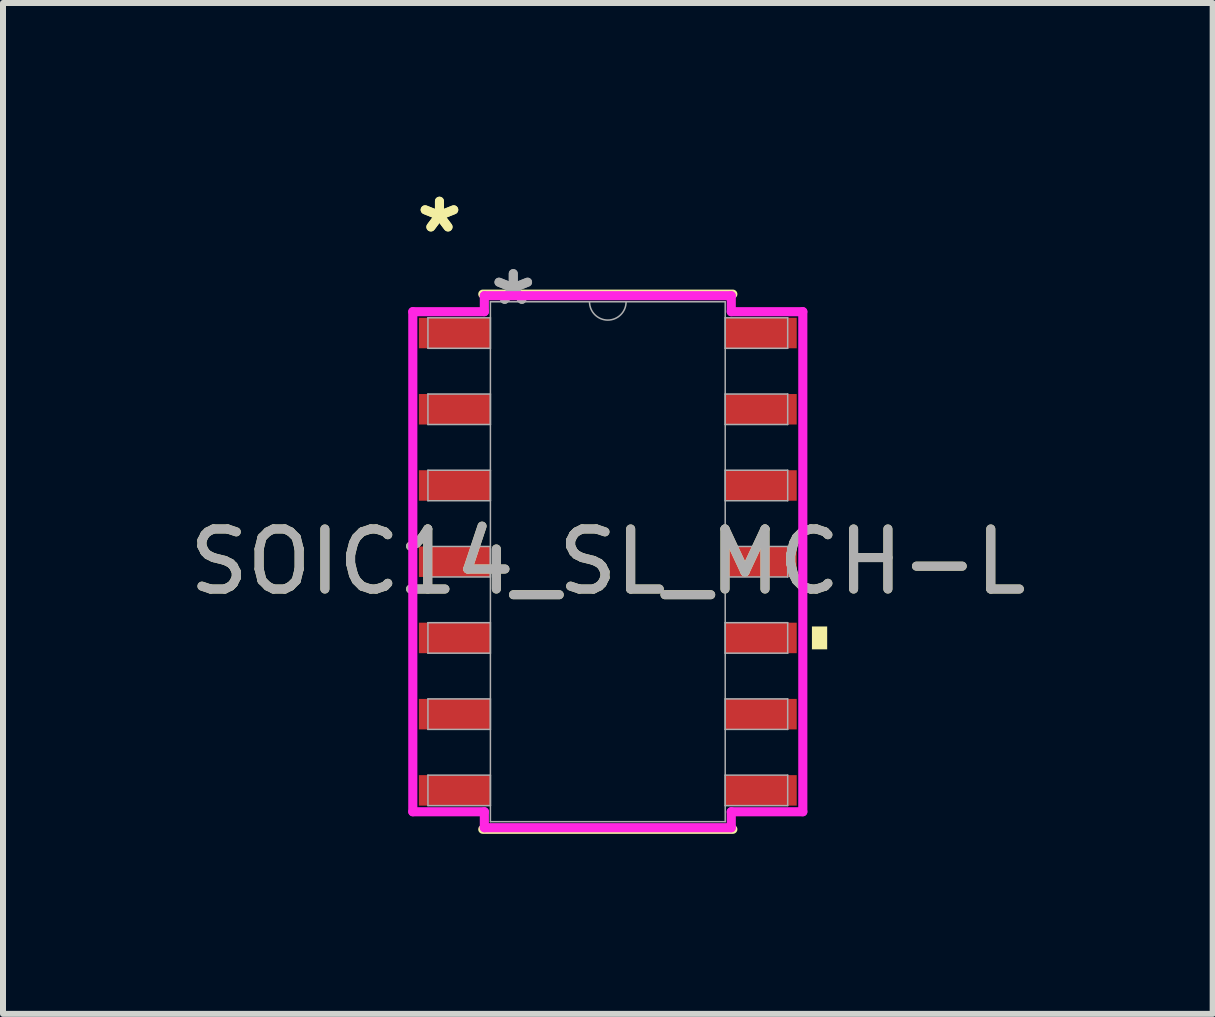
<source format=kicad_pcb>
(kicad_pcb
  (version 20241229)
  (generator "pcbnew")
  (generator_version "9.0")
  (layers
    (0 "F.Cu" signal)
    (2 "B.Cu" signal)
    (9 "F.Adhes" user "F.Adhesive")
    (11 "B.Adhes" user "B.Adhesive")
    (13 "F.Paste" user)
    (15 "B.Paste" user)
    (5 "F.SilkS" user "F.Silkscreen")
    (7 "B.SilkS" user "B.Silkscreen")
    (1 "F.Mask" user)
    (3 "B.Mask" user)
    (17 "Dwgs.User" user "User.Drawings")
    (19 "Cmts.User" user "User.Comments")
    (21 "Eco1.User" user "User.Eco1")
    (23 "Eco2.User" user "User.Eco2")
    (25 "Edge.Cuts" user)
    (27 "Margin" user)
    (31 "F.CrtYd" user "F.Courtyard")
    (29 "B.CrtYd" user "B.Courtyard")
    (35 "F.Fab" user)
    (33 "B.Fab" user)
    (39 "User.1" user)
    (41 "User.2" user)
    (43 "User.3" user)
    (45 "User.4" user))
  (footprint "SOIC14_SL_MCH-L"
    (layer "F.Cu")
    (at 7.077 6.309)
    (property "Reference" "SOIC14_SL_MCH-L" (at 0 0 0) (unlocked yes) (layer "F.SilkS") (effects (font (size 1 1) (thickness 0.15))))
    (attr smd)
    (fp_line (start -2.083 4.458) (end 2.083 4.458) (stroke (width 0.152) (type solid)) (layer "F.SilkS"))
    (fp_line (start 2.083 -4.458) (end -2.083 -4.458) (stroke (width 0.152) (type solid)) (layer "F.SilkS"))
    (fp_poly (pts (xy 3.655 1.079) (xy 3.655 1.46) (xy 3.401 1.46) (xy 3.401 1.079)) (stroke (width 0) (type solid)) (fill yes) (layer "F.SilkS"))
    (fp_line (start -3.249 -4.166) (end -2.057 -4.166) (stroke (width 0.152) (type solid)) (layer "F.CrtYd"))
    (fp_line (start -3.249 4.166) (end -3.249 -4.166) (stroke (width 0.152) (type solid)) (layer "F.CrtYd"))
    (fp_line (start -3.249 4.166) (end -2.057 4.166) (stroke (width 0.152) (type solid)) (layer "F.CrtYd"))
    (fp_line (start -2.057 -4.432) (end 2.057 -4.432) (stroke (width 0.152) (type solid)) (layer "F.CrtYd"))
    (fp_line (start -2.057 -4.166) (end -2.057 -4.432) (stroke (width 0.152) (type solid)) (layer "F.CrtYd"))
    (fp_line (start -2.057 4.432) (end -2.057 4.166) (stroke (width 0.152) (type solid)) (layer "F.CrtYd"))
    (fp_line (start 2.057 -4.432) (end 2.057 -4.166) (stroke (width 0.152) (type solid)) (layer "F.CrtYd"))
    (fp_line (start 2.057 4.166) (end 2.057 4.432) (stroke (width 0.152) (type solid)) (layer "F.CrtYd"))
    (fp_line (start 2.057 4.432) (end -2.057 4.432) (stroke (width 0.152) (type solid)) (layer "F.CrtYd"))
    (fp_line (start 3.249 -4.166) (end 2.057 -4.166) (stroke (width 0.152) (type solid)) (layer "F.CrtYd"))
    (fp_line (start 3.249 -4.166) (end 3.249 4.166) (stroke (width 0.152) (type solid)) (layer "F.CrtYd"))
    (fp_line (start 3.249 4.166) (end 2.057 4.166) (stroke (width 0.152) (type solid)) (layer "F.CrtYd"))
    (fp_line (start -2.997 -4.064) (end -2.997 -3.556) (stroke (width 0.025) (type solid)) (layer "F.Fab"))
    (fp_line (start -2.997 -3.556) (end -1.956 -3.556) (stroke (width 0.025) (type solid)) (layer "F.Fab"))
    (fp_line (start -2.997 -2.794) (end -2.997 -2.286) (stroke (width 0.025) (type solid)) (layer "F.Fab"))
    (fp_line (start -2.997 -2.286) (end -1.956 -2.286) (stroke (width 0.025) (type solid)) (layer "F.Fab"))
    (fp_line (start -2.997 -1.524) (end -2.997 -1.016) (stroke (width 0.025) (type solid)) (layer "F.Fab"))
    (fp_line (start -2.997 -1.016) (end -1.956 -1.016) (stroke (width 0.025) (type solid)) (layer "F.Fab"))
    (fp_line (start -2.997 -0.254) (end -2.997 0.254) (stroke (width 0.025) (type solid)) (layer "F.Fab"))
    (fp_line (start -2.997 0.254) (end -1.956 0.254) (stroke (width 0.025) (type solid)) (layer "F.Fab"))
    (fp_line (start -2.997 1.016) (end -2.997 1.524) (stroke (width 0.025) (type solid)) (layer "F.Fab"))
    (fp_line (start -2.997 1.524) (end -1.956 1.524) (stroke (width 0.025) (type solid)) (layer "F.Fab"))
    (fp_line (start -2.997 2.286) (end -2.997 2.794) (stroke (width 0.025) (type solid)) (layer "F.Fab"))
    (fp_line (start -2.997 2.794) (end -1.956 2.794) (stroke (width 0.025) (type solid)) (layer "F.Fab"))
    (fp_line (start -2.997 3.556) (end -2.997 4.064) (stroke (width 0.025) (type solid)) (layer "F.Fab"))
    (fp_line (start -2.997 4.064) (end -1.956 4.064) (stroke (width 0.025) (type solid)) (layer "F.Fab"))
    (fp_line (start -1.956 -4.331) (end -1.956 4.331) (stroke (width 0.025) (type solid)) (layer "F.Fab"))
    (fp_line (start -1.956 -4.064) (end -2.997 -4.064) (stroke (width 0.025) (type solid)) (layer "F.Fab"))
    (fp_line (start -1.956 -3.556) (end -1.956 -4.064) (stroke (width 0.025) (type solid)) (layer "F.Fab"))
    (fp_line (start -1.956 -2.794) (end -2.997 -2.794) (stroke (width 0.025) (type solid)) (layer "F.Fab"))
    (fp_line (start -1.956 -2.286) (end -1.956 -2.794) (stroke (width 0.025) (type solid)) (layer "F.Fab"))
    (fp_line (start -1.956 -1.524) (end -2.997 -1.524) (stroke (width 0.025) (type solid)) (layer "F.Fab"))
    (fp_line (start -1.956 -1.016) (end -1.956 -1.524) (stroke (width 0.025) (type solid)) (layer "F.Fab"))
    (fp_line (start -1.956 -0.254) (end -2.997 -0.254) (stroke (width 0.025) (type solid)) (layer "F.Fab"))
    (fp_line (start -1.956 0.254) (end -1.956 -0.254) (stroke (width 0.025) (type solid)) (layer "F.Fab"))
    (fp_line (start -1.956 1.016) (end -2.997 1.016) (stroke (width 0.025) (type solid)) (layer "F.Fab"))
    (fp_line (start -1.956 1.524) (end -1.956 1.016) (stroke (width 0.025) (type solid)) (layer "F.Fab"))
    (fp_line (start -1.956 2.286) (end -2.997 2.286) (stroke (width 0.025) (type solid)) (layer "F.Fab"))
    (fp_line (start -1.956 2.794) (end -1.956 2.286) (stroke (width 0.025) (type solid)) (layer "F.Fab"))
    (fp_line (start -1.956 3.556) (end -2.997 3.556) (stroke (width 0.025) (type solid)) (layer "F.Fab"))
    (fp_line (start -1.956 4.064) (end -1.956 3.556) (stroke (width 0.025) (type solid)) (layer "F.Fab"))
    (fp_line (start -1.956 4.331) (end 1.956 4.331) (stroke (width 0.025) (type solid)) (layer "F.Fab"))
    (fp_line (start 1.956 -4.331) (end -1.956 -4.331) (stroke (width 0.025) (type solid)) (layer "F.Fab"))
    (fp_line (start 1.956 -4.064) (end 1.956 -3.556) (stroke (width 0.025) (type solid)) (layer "F.Fab"))
    (fp_line (start 1.956 -3.556) (end 2.997 -3.556) (stroke (width 0.025) (type solid)) (layer "F.Fab"))
    (fp_line (start 1.956 -2.794) (end 1.956 -2.286) (stroke (width 0.025) (type solid)) (layer "F.Fab"))
    (fp_line (start 1.956 -2.286) (end 2.997 -2.286) (stroke (width 0.025) (type solid)) (layer "F.Fab"))
    (fp_line (start 1.956 -1.524) (end 1.956 -1.016) (stroke (width 0.025) (type solid)) (layer "F.Fab"))
    (fp_line (start 1.956 -1.016) (end 2.997 -1.016) (stroke (width 0.025) (type solid)) (layer "F.Fab"))
    (fp_line (start 1.956 -0.254) (end 1.956 0.254) (stroke (width 0.025) (type solid)) (layer "F.Fab"))
    (fp_line (start 1.956 0.254) (end 2.997 0.254) (stroke (width 0.025) (type solid)) (layer "F.Fab"))
    (fp_line (start 1.956 1.016) (end 1.956 1.524) (stroke (width 0.025) (type solid)) (layer "F.Fab"))
    (fp_line (start 1.956 1.524) (end 2.997 1.524) (stroke (width 0.025) (type solid)) (layer "F.Fab"))
    (fp_line (start 1.956 2.286) (end 1.956 2.794) (stroke (width 0.025) (type solid)) (layer "F.Fab"))
    (fp_line (start 1.956 2.794) (end 2.997 2.794) (stroke (width 0.025) (type solid)) (layer "F.Fab"))
    (fp_line (start 1.956 3.556) (end 1.956 4.064) (stroke (width 0.025) (type solid)) (layer "F.Fab"))
    (fp_line (start 1.956 4.064) (end 2.997 4.064) (stroke (width 0.025) (type solid)) (layer "F.Fab"))
    (fp_line (start 1.956 4.331) (end 1.956 -4.331) (stroke (width 0.025) (type solid)) (layer "F.Fab"))
    (fp_line (start 2.997 -4.064) (end 1.956 -4.064) (stroke (width 0.025) (type solid)) (layer "F.Fab"))
    (fp_line (start 2.997 -3.556) (end 2.997 -4.064) (stroke (width 0.025) (type solid)) (layer "F.Fab"))
    (fp_line (start 2.997 -2.794) (end 1.956 -2.794) (stroke (width 0.025) (type solid)) (layer "F.Fab"))
    (fp_line (start 2.997 -2.286) (end 2.997 -2.794) (stroke (width 0.025) (type solid)) (layer "F.Fab"))
    (fp_line (start 2.997 -1.524) (end 1.956 -1.524) (stroke (width 0.025) (type solid)) (layer "F.Fab"))
    (fp_line (start 2.997 -1.016) (end 2.997 -1.524) (stroke (width 0.025) (type solid)) (layer "F.Fab"))
    (fp_line (start 2.997 -0.254) (end 1.956 -0.254) (stroke (width 0.025) (type solid)) (layer "F.Fab"))
    (fp_line (start 2.997 0.254) (end 2.997 -0.254) (stroke (width 0.025) (type solid)) (layer "F.Fab"))
    (fp_line (start 2.997 1.016) (end 1.956 1.016) (stroke (width 0.025) (type solid)) (layer "F.Fab"))
    (fp_line (start 2.997 1.524) (end 2.997 1.016) (stroke (width 0.025) (type solid)) (layer "F.Fab"))
    (fp_line (start 2.997 2.286) (end 1.956 2.286) (stroke (width 0.025) (type solid)) (layer "F.Fab"))
    (fp_line (start 2.997 2.794) (end 2.997 2.286) (stroke (width 0.025) (type solid)) (layer "F.Fab"))
    (fp_line (start 2.997 3.556) (end 1.956 3.556) (stroke (width 0.025) (type solid)) (layer "F.Fab"))
    (fp_line (start 2.997 4.064) (end 2.997 3.556) (stroke (width 0.025) (type solid)) (layer "F.Fab"))
    (fp_arc (start 0.3048 -4.3307) (mid 0 -4.0259) (end -0.3048 -4.3307) (stroke (width 0.0254) (type solid)) (layer "F.Fab"))
    (fp_text user "*" (at -2.805 -5.461 0) (layer "F.SilkS") (effects (font (size 1 1) (thickness 0.15))))
    (fp_text user "*" (at -2.805 -5.461 0) (unlocked yes) (layer "F.SilkS") (effects (font (size 1 1) (thickness 0.15))))
    (fp_text user "*" (at -1.575 -4.255 0) (layer "F.Fab") (effects (font (size 1 1) (thickness 0.15))))
    (fp_text user "*" (at -1.575 -4.255 0) (unlocked yes) (layer "F.Fab") (effects (font (size 1 1) (thickness 0.15))))
    (fp_text user "${REFERENCE}" (at 0 0 0) (unlocked yes) (layer "F.Fab") (effects (font (size 1 1) (thickness 0.15))))
    (pad "1" smd rect (at -2.552 -3.81) (size 1.191 0.508) (layers "F.Cu" "F.Mask" "F.Paste"))
    (pad "2" smd rect (at -2.552 -2.54) (size 1.191 0.508) (layers "F.Cu" "F.Mask" "F.Paste"))
    (pad "3" smd rect (at -2.552 -1.27) (size 1.191 0.508) (layers "F.Cu" "F.Mask" "F.Paste"))
    (pad "4" smd rect (at -2.552 0) (size 1.191 0.508) (layers "F.Cu" "F.Mask" "F.Paste"))
    (pad "5" smd rect (at -2.552 1.27) (size 1.191 0.508) (layers "F.Cu" "F.Mask" "F.Paste"))
    (pad "6" smd rect (at -2.552 2.54) (size 1.191 0.508) (layers "F.Cu" "F.Mask" "F.Paste"))
    (pad "7" smd rect (at -2.552 3.81) (size 1.191 0.508) (layers "F.Cu" "F.Mask" "F.Paste"))
    (pad "8" smd rect (at 2.552 3.81) (size 1.191 0.508) (layers "F.Cu" "F.Mask" "F.Paste"))
    (pad "9" smd rect (at 2.552 2.54) (size 1.191 0.508) (layers "F.Cu" "F.Mask" "F.Paste"))
    (pad "10" smd rect (at 2.552 1.27) (size 1.191 0.508) (layers "F.Cu" "F.Mask" "F.Paste"))
    (pad "11" smd rect (at 2.552 0) (size 1.191 0.508) (layers "F.Cu" "F.Mask" "F.Paste"))
    (pad "12" smd rect (at 2.552 -1.27) (size 1.191 0.508) (layers "F.Cu" "F.Mask" "F.Paste"))
    (pad "13" smd rect (at 2.552 -2.54) (size 1.191 0.508) (layers "F.Cu" "F.Mask" "F.Paste"))
    (pad "14" smd rect (at 2.552 -3.81) (size 1.191 0.508) (layers "F.Cu" "F.Mask" "F.Paste")))
  (gr_rect
    (start -3 -3)
    (end 17.155 13.843)
    (stroke (width 0.1) (type default))
    (fill no)
    (layer "Edge.Cuts")))
</source>
